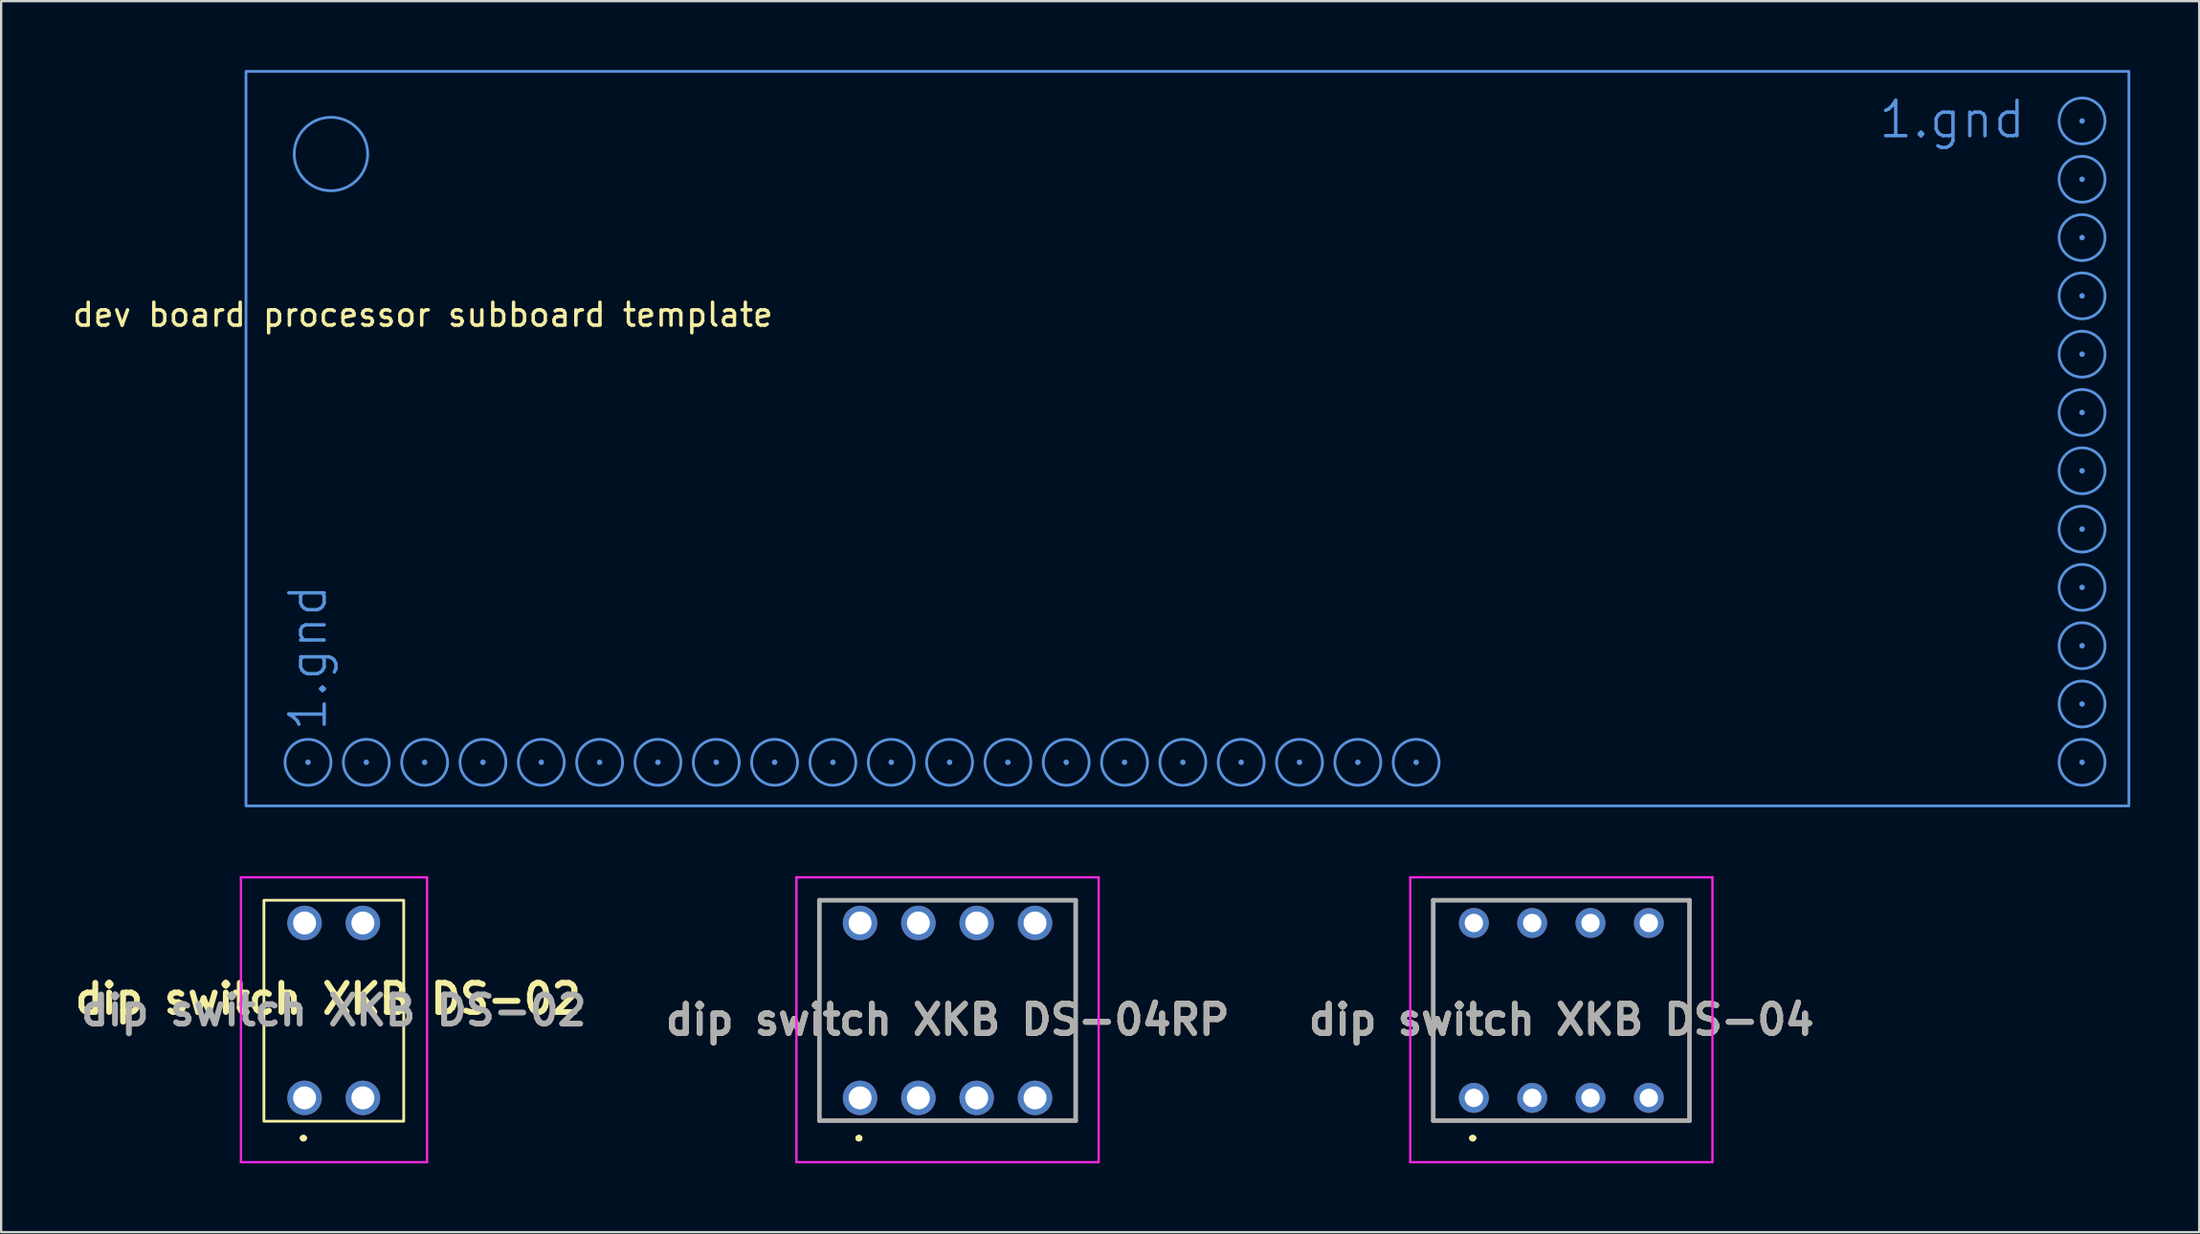
<source format=kicad_pcb>
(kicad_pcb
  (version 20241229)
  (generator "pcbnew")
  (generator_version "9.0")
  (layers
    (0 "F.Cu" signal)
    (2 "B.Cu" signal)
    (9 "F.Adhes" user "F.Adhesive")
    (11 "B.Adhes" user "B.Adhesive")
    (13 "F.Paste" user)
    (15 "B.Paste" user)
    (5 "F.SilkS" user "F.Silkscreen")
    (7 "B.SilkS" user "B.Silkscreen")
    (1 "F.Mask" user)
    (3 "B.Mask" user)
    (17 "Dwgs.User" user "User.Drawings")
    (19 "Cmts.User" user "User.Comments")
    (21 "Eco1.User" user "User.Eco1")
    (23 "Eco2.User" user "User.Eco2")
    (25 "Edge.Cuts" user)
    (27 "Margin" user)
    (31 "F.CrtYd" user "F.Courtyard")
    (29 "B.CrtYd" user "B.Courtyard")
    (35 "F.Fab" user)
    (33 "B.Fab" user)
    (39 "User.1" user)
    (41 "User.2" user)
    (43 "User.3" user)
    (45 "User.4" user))
  (footprint "dev board processor subboard template"
    (layer "F.Cu")
    (at 11.363 3.66)
    (property "Reference" "dev board processor subboard template" (at 4 7 0) (unlocked yes) (layer "F.SilkS") (effects (font (size 1 1) (thickness 0.15))))
    (attr smd)
    (fp_rect (start -3.7 -3.6) (end 78.3 28.4) (stroke (width 0.12) (type solid)) (fill no) (layer "Cmts.User"))
    (fp_circle (center -1 26.5) (end -1 26.5) (stroke (width 0.12) (type solid)) (fill no) (layer "Cmts.User"))
    (fp_circle (center -1 26.5) (end 0 26.5) (stroke (width 0.12) (type solid)) (fill no) (layer "Cmts.User"))
    (fp_circle (center 0 0) (end 1.6 0) (stroke (width 0.12) (type solid)) (fill no) (layer "Cmts.User"))
    (fp_circle (center 1.54 26.5) (end 1.54 26.5) (stroke (width 0.12) (type solid)) (fill no) (layer "Cmts.User"))
    (fp_circle (center 1.54 26.5) (end 2.54 26.5) (stroke (width 0.12) (type solid)) (fill no) (layer "Cmts.User"))
    (fp_circle (center 4.08 26.5) (end 4.08 26.5) (stroke (width 0.12) (type solid)) (fill no) (layer "Cmts.User"))
    (fp_circle (center 4.08 26.5) (end 5.08 26.5) (stroke (width 0.12) (type solid)) (fill no) (layer "Cmts.User"))
    (fp_circle (center 6.62 26.5) (end 6.62 26.5) (stroke (width 0.12) (type solid)) (fill no) (layer "Cmts.User"))
    (fp_circle (center 6.62 26.5) (end 7.62 26.5) (stroke (width 0.12) (type solid)) (fill no) (layer "Cmts.User"))
    (fp_circle (center 9.16 26.5) (end 9.16 26.5) (stroke (width 0.12) (type solid)) (fill no) (layer "Cmts.User"))
    (fp_circle (center 9.16 26.5) (end 10.16 26.5) (stroke (width 0.12) (type solid)) (fill no) (layer "Cmts.User"))
    (fp_circle (center 11.7 26.5) (end 11.7 26.5) (stroke (width 0.12) (type solid)) (fill no) (layer "Cmts.User"))
    (fp_circle (center 11.7 26.5) (end 12.7 26.5) (stroke (width 0.12) (type solid)) (fill no) (layer "Cmts.User"))
    (fp_circle (center 14.24 26.5) (end 14.24 26.5) (stroke (width 0.12) (type solid)) (fill no) (layer "Cmts.User"))
    (fp_circle (center 14.24 26.5) (end 15.24 26.5) (stroke (width 0.12) (type solid)) (fill no) (layer "Cmts.User"))
    (fp_circle (center 16.78 26.5) (end 16.78 26.5) (stroke (width 0.12) (type solid)) (fill no) (layer "Cmts.User"))
    (fp_circle (center 16.78 26.5) (end 17.78 26.5) (stroke (width 0.12) (type solid)) (fill no) (layer "Cmts.User"))
    (fp_circle (center 19.32 26.5) (end 19.32 26.5) (stroke (width 0.12) (type solid)) (fill no) (layer "Cmts.User"))
    (fp_circle (center 19.32 26.5) (end 20.32 26.5) (stroke (width 0.12) (type solid)) (fill no) (layer "Cmts.User"))
    (fp_circle (center 21.86 26.5) (end 21.86 26.5) (stroke (width 0.12) (type solid)) (fill no) (layer "Cmts.User"))
    (fp_circle (center 21.86 26.5) (end 22.86 26.5) (stroke (width 0.12) (type solid)) (fill no) (layer "Cmts.User"))
    (fp_circle (center 24.4 26.5) (end 24.4 26.5) (stroke (width 0.12) (type solid)) (fill no) (layer "Cmts.User"))
    (fp_circle (center 24.4 26.5) (end 25.4 26.5) (stroke (width 0.12) (type solid)) (fill no) (layer "Cmts.User"))
    (fp_circle (center 26.94 26.5) (end 26.94 26.5) (stroke (width 0.12) (type solid)) (fill no) (layer "Cmts.User"))
    (fp_circle (center 26.94 26.5) (end 27.94 26.5) (stroke (width 0.12) (type solid)) (fill no) (layer "Cmts.User"))
    (fp_circle (center 29.48 26.5) (end 29.48 26.5) (stroke (width 0.12) (type solid)) (fill no) (layer "Cmts.User"))
    (fp_circle (center 29.48 26.5) (end 30.48 26.5) (stroke (width 0.12) (type solid)) (fill no) (layer "Cmts.User"))
    (fp_circle (center 32.02 26.5) (end 32.02 26.5) (stroke (width 0.12) (type solid)) (fill no) (layer "Cmts.User"))
    (fp_circle (center 32.02 26.5) (end 33.02 26.5) (stroke (width 0.12) (type solid)) (fill no) (layer "Cmts.User"))
    (fp_circle (center 34.56 26.5) (end 34.56 26.5) (stroke (width 0.12) (type solid)) (fill no) (layer "Cmts.User"))
    (fp_circle (center 34.56 26.5) (end 35.56 26.5) (stroke (width 0.12) (type solid)) (fill no) (layer "Cmts.User"))
    (fp_circle (center 37.1 26.5) (end 37.1 26.5) (stroke (width 0.12) (type solid)) (fill no) (layer "Cmts.User"))
    (fp_circle (center 37.1 26.5) (end 38.1 26.5) (stroke (width 0.12) (type solid)) (fill no) (layer "Cmts.User"))
    (fp_circle (center 39.64 26.5) (end 39.64 26.5) (stroke (width 0.12) (type solid)) (fill no) (layer "Cmts.User"))
    (fp_circle (center 39.64 26.5) (end 40.64 26.5) (stroke (width 0.12) (type solid)) (fill no) (layer "Cmts.User"))
    (fp_circle (center 42.18 26.5) (end 42.18 26.5) (stroke (width 0.12) (type solid)) (fill no) (layer "Cmts.User"))
    (fp_circle (center 42.18 26.5) (end 43.18 26.5) (stroke (width 0.12) (type solid)) (fill no) (layer "Cmts.User"))
    (fp_circle (center 44.72 26.5) (end 44.72 26.5) (stroke (width 0.12) (type solid)) (fill no) (layer "Cmts.User"))
    (fp_circle (center 44.72 26.5) (end 45.72 26.5) (stroke (width 0.12) (type solid)) (fill no) (layer "Cmts.User"))
    (fp_circle (center 47.26 26.5) (end 47.26 26.5) (stroke (width 0.12) (type solid)) (fill no) (layer "Cmts.User"))
    (fp_circle (center 47.26 26.5) (end 48.26 26.5) (stroke (width 0.12) (type solid)) (fill no) (layer "Cmts.User"))
    (fp_circle (center 76.26 -1.44) (end 76.26 -1.44) (stroke (width 0.12) (type solid)) (fill no) (layer "Cmts.User"))
    (fp_circle (center 76.26 -1.44) (end 77.26 -1.44) (stroke (width 0.12) (type solid)) (fill no) (layer "Cmts.User"))
    (fp_circle (center 76.26 1.1) (end 76.26 1.1) (stroke (width 0.12) (type solid)) (fill no) (layer "Cmts.User"))
    (fp_circle (center 76.26 1.1) (end 77.26 1.1) (stroke (width 0.12) (type solid)) (fill no) (layer "Cmts.User"))
    (fp_circle (center 76.26 3.64) (end 76.26 3.64) (stroke (width 0.12) (type solid)) (fill no) (layer "Cmts.User"))
    (fp_circle (center 76.26 3.64) (end 77.26 3.64) (stroke (width 0.12) (type solid)) (fill no) (layer "Cmts.User"))
    (fp_circle (center 76.26 6.18) (end 76.26 6.18) (stroke (width 0.12) (type solid)) (fill no) (layer "Cmts.User"))
    (fp_circle (center 76.26 6.18) (end 77.26 6.18) (stroke (width 0.12) (type solid)) (fill no) (layer "Cmts.User"))
    (fp_circle (center 76.26 8.72) (end 76.26 8.72) (stroke (width 0.12) (type solid)) (fill no) (layer "Cmts.User"))
    (fp_circle (center 76.26 8.72) (end 77.26 8.72) (stroke (width 0.12) (type solid)) (fill no) (layer "Cmts.User"))
    (fp_circle (center 76.26 11.26) (end 76.26 11.26) (stroke (width 0.12) (type solid)) (fill no) (layer "Cmts.User"))
    (fp_circle (center 76.26 11.26) (end 77.26 11.26) (stroke (width 0.12) (type solid)) (fill no) (layer "Cmts.User"))
    (fp_circle (center 76.26 13.8) (end 76.26 13.8) (stroke (width 0.12) (type solid)) (fill no) (layer "Cmts.User"))
    (fp_circle (center 76.26 13.8) (end 77.26 13.8) (stroke (width 0.12) (type solid)) (fill no) (layer "Cmts.User"))
    (fp_circle (center 76.26 16.34) (end 76.26 16.34) (stroke (width 0.12) (type solid)) (fill no) (layer "Cmts.User"))
    (fp_circle (center 76.26 16.34) (end 77.26 16.34) (stroke (width 0.12) (type solid)) (fill no) (layer "Cmts.User"))
    (fp_circle (center 76.26 18.88) (end 76.26 18.88) (stroke (width 0.12) (type solid)) (fill no) (layer "Cmts.User"))
    (fp_circle (center 76.26 18.88) (end 77.26 18.88) (stroke (width 0.12) (type solid)) (fill no) (layer "Cmts.User"))
    (fp_circle (center 76.26 21.42) (end 76.26 21.42) (stroke (width 0.12) (type solid)) (fill no) (layer "Cmts.User"))
    (fp_circle (center 76.26 21.42) (end 77.26 21.42) (stroke (width 0.12) (type solid)) (fill no) (layer "Cmts.User"))
    (fp_circle (center 76.26 23.96) (end 76.26 23.96) (stroke (width 0.12) (type solid)) (fill no) (layer "Cmts.User"))
    (fp_circle (center 76.26 23.96) (end 77.26 23.96) (stroke (width 0.12) (type solid)) (fill no) (layer "Cmts.User"))
    (fp_circle (center 76.26 26.5) (end 76.26 26.5) (stroke (width 0.12) (type solid)) (fill no) (layer "Cmts.User"))
    (fp_circle (center 76.26 26.5) (end 77.26 26.5) (stroke (width 0.12) (type solid)) (fill no) (layer "Cmts.User"))
    (fp_text user "1.gnd" (at -1 25.23 90) (unlocked yes) (layer "Cmts.User") (effects (font (size 1.54 1.54) (thickness 0.15)) (justify left)))
    (fp_text user "1.gnd" (at 73.89 -1.505 0) (unlocked yes) (layer "Cmts.User") (effects (font (size 1.54 1.54) (thickness 0.15)) (justify right))))
  (footprint "dip switch XKB DS-02"
    (layer "F.Cu")
    (at 10.214 44.78)
    (property "Reference" "dip switch XKB DS-02" (at 1.016 -4.318 0) (layer "F.SilkS") (effects (font (size 1.27 1.27) (thickness 0.254))))
    (attr through_hole)
    (fp_line (start -0.1 1.75) (end -0.1 1.75) (stroke (width 0.2) (type solid)) (layer "F.SilkS"))
    (fp_line (start -0.1 1.75) (end -0.1 1.75) (stroke (width 0.2) (type solid)) (layer "F.SilkS"))
    (fp_line (start 0 1.75) (end 0 1.75) (stroke (width 0.2) (type solid)) (layer "F.SilkS"))
    (fp_rect (start -1.77 -8.61) (end 4.318 1.016) (stroke (width 0.12) (type solid)) (fill no) (layer "F.SilkS"))
    (fp_arc (start -0.1 1.75) (mid -0.05 1.7) (end 0 1.75) (stroke (width 0.2) (type solid)) (layer "F.SilkS"))
    (fp_arc (start 0 1.75) (mid -0.05 1.8) (end -0.1 1.75) (stroke (width 0.2) (type solid)) (layer "F.SilkS"))
    (fp_arc (start 0 1.75) (mid -0.05 1.8) (end -0.1 1.75) (stroke (width 0.2) (type solid)) (layer "F.SilkS"))
    (fp_line (start -2.77 -9.61) (end 5.334 -9.61) (stroke (width 0.1) (type solid)) (layer "F.CrtYd"))
    (fp_line (start -2.77 2.8) (end -2.77 -9.61) (stroke (width 0.1) (type solid)) (layer "F.CrtYd"))
    (fp_line (start 5.334 -9.61) (end 5.334 2.8) (stroke (width 0.1) (type solid)) (layer "F.CrtYd"))
    (fp_line (start 5.334 2.8) (end -2.77 2.8) (stroke (width 0.1) (type solid)) (layer "F.CrtYd"))
    (fp_text user "${REFERENCE}" (at 1.27 -3.81 0) (layer "F.Fab") (effects (font (size 1.27 1.27) (thickness 0.254))))
    (pad "1" thru_hole circle (at 0 0) (size 1.5 1.5) (drill 1) (layers "*.Cu" "*.Mask"))
    (pad "2" thru_hole circle (at 2.54 0) (size 1.5 1.5) (drill 1) (layers "*.Cu" "*.Mask"))
    (pad "3" thru_hole circle (at 2.54 -7.62) (size 1.5 1.5) (drill 1) (layers "*.Cu" "*.Mask"))
    (pad "4" thru_hole circle (at 0 -7.62) (size 1.5 1.5) (drill 1) (layers "*.Cu" "*.Mask")))
  (footprint "dip switch XKB DS-04"
    (layer "F.Cu")
    (at 61.136 44.78)
    (property "Reference" "dip switch XKB DS-04" (at 3.81 -3.405 0) (layer "F.SilkS") (effects (font (size 1.27 1.27) (thickness 0.254))))
    (attr through_hole)
    (fp_line (start -1.77 -8.61) (end 9.39 -8.61) (stroke (width 0.1) (type solid)) (layer "F.SilkS"))
    (fp_line (start -1.77 0.99) (end -1.77 -8.61) (stroke (width 0.1) (type solid)) (layer "F.SilkS"))
    (fp_line (start -0.1 1.75) (end -0.1 1.75) (stroke (width 0.2) (type solid)) (layer "F.SilkS"))
    (fp_line (start -0.1 1.75) (end -0.1 1.75) (stroke (width 0.2) (type solid)) (layer "F.SilkS"))
    (fp_line (start 0 1.75) (end 0 1.75) (stroke (width 0.2) (type solid)) (layer "F.SilkS"))
    (fp_line (start 9.39 -8.61) (end 9.39 0.99) (stroke (width 0.1) (type solid)) (layer "F.SilkS"))
    (fp_line (start 9.39 0.99) (end -1.77 0.99) (stroke (width 0.1) (type solid)) (layer "F.SilkS"))
    (fp_arc (start -0.1 1.75) (mid -0.05 1.7) (end 0 1.75) (stroke (width 0.2) (type solid)) (layer "F.SilkS"))
    (fp_arc (start 0 1.75) (mid -0.05 1.8) (end -0.1 1.75) (stroke (width 0.2) (type solid)) (layer "F.SilkS"))
    (fp_arc (start 0 1.75) (mid -0.05 1.8) (end -0.1 1.75) (stroke (width 0.2) (type solid)) (layer "F.SilkS"))
    (fp_line (start -2.77 -9.61) (end 10.39 -9.61) (stroke (width 0.1) (type solid)) (layer "F.CrtYd"))
    (fp_line (start -2.77 2.8) (end -2.77 -9.61) (stroke (width 0.1) (type solid)) (layer "F.CrtYd"))
    (fp_line (start 10.39 -9.61) (end 10.39 2.8) (stroke (width 0.1) (type solid)) (layer "F.CrtYd"))
    (fp_line (start 10.39 2.8) (end -2.77 2.8) (stroke (width 0.1) (type solid)) (layer "F.CrtYd"))
    (fp_line (start -1.77 -8.61) (end -1.77 0.99) (stroke (width 0.2) (type solid)) (layer "F.Fab"))
    (fp_line (start -1.77 0.99) (end 9.39 0.99) (stroke (width 0.2) (type solid)) (layer "F.Fab"))
    (fp_line (start 9.39 -8.61) (end -1.77 -8.61) (stroke (width 0.2) (type solid)) (layer "F.Fab"))
    (fp_line (start 9.39 0.99) (end 9.39 -8.61) (stroke (width 0.2) (type solid)) (layer "F.Fab"))
    (fp_text user "${REFERENCE}" (at 3.81 -3.405 0) (layer "F.Fab") (effects (font (size 1.27 1.27) (thickness 0.254))))
    (pad "1" thru_hole circle (at 0 0) (size 1.3 1.3) (drill 0.8) (layers "*.Cu" "*.Mask"))
    (pad "2" thru_hole circle (at 2.54 0) (size 1.3 1.3) (drill 0.8) (layers "*.Cu" "*.Mask"))
    (pad "3" thru_hole circle (at 5.08 0) (size 1.3 1.3) (drill 0.8) (layers "*.Cu" "*.Mask"))
    (pad "4" thru_hole circle (at 7.62 0) (size 1.3 1.3) (drill 0.8) (layers "*.Cu" "*.Mask"))
    (pad "5" thru_hole circle (at 7.62 -7.62) (size 1.3 1.3) (drill 0.8) (layers "*.Cu" "*.Mask"))
    (pad "6" thru_hole circle (at 5.08 -7.62) (size 1.3 1.3) (drill 0.8) (layers "*.Cu" "*.Mask"))
    (pad "7" thru_hole circle (at 2.54 -7.62) (size 1.3 1.3) (drill 0.8) (layers "*.Cu" "*.Mask"))
    (pad "8" thru_hole circle (at 0 -7.62) (size 1.3 1.3) (drill 0.8) (layers "*.Cu" "*.Mask")))
  (footprint "dip switch XKB DS-04RP"
    (layer "F.Cu")
    (at 34.405 44.78)
    (property "Reference" "dip switch XKB DS-04RP" (at 3.81 -3.405 0) (layer "F.SilkS") (effects (font (size 1.27 1.27) (thickness 0.254))))
    (attr through_hole)
    (fp_line (start -1.77 -8.61) (end 9.39 -8.61) (stroke (width 0.1) (type solid)) (layer "F.SilkS"))
    (fp_line (start -1.77 0.99) (end -1.77 -8.61) (stroke (width 0.1) (type solid)) (layer "F.SilkS"))
    (fp_line (start -0.1 1.75) (end -0.1 1.75) (stroke (width 0.2) (type solid)) (layer "F.SilkS"))
    (fp_line (start -0.1 1.75) (end -0.1 1.75) (stroke (width 0.2) (type solid)) (layer "F.SilkS"))
    (fp_line (start 0 1.75) (end 0 1.75) (stroke (width 0.2) (type solid)) (layer "F.SilkS"))
    (fp_line (start 9.39 -8.61) (end 9.39 0.99) (stroke (width 0.1) (type solid)) (layer "F.SilkS"))
    (fp_line (start 9.39 0.99) (end -1.77 0.99) (stroke (width 0.1) (type solid)) (layer "F.SilkS"))
    (fp_arc (start -0.1 1.75) (mid -0.05 1.7) (end 0 1.75) (stroke (width 0.2) (type solid)) (layer "F.SilkS"))
    (fp_arc (start 0 1.75) (mid -0.05 1.8) (end -0.1 1.75) (stroke (width 0.2) (type solid)) (layer "F.SilkS"))
    (fp_arc (start 0 1.75) (mid -0.05 1.8) (end -0.1 1.75) (stroke (width 0.2) (type solid)) (layer "F.SilkS"))
    (fp_line (start -2.77 -9.61) (end 10.39 -9.61) (stroke (width 0.1) (type solid)) (layer "F.CrtYd"))
    (fp_line (start -2.77 2.8) (end -2.77 -9.61) (stroke (width 0.1) (type solid)) (layer "F.CrtYd"))
    (fp_line (start 10.39 -9.61) (end 10.39 2.8) (stroke (width 0.1) (type solid)) (layer "F.CrtYd"))
    (fp_line (start 10.39 2.8) (end -2.77 2.8) (stroke (width 0.1) (type solid)) (layer "F.CrtYd"))
    (fp_line (start -1.77 -8.61) (end -1.77 0.99) (stroke (width 0.2) (type solid)) (layer "F.Fab"))
    (fp_line (start -1.77 0.99) (end 9.39 0.99) (stroke (width 0.2) (type solid)) (layer "F.Fab"))
    (fp_line (start 9.39 -8.61) (end -1.77 -8.61) (stroke (width 0.2) (type solid)) (layer "F.Fab"))
    (fp_line (start 9.39 0.99) (end 9.39 -8.61) (stroke (width 0.2) (type solid)) (layer "F.Fab"))
    (fp_text user "${REFERENCE}" (at 3.81 -3.405 0) (layer "F.Fab") (effects (font (size 1.27 1.27) (thickness 0.254))))
    (pad "1" thru_hole circle (at 0 0) (size 1.5 1.5) (drill 1) (layers "*.Cu" "*.Mask"))
    (pad "2" thru_hole circle (at 2.54 0) (size 1.5 1.5) (drill 1) (layers "*.Cu" "*.Mask"))
    (pad "3" thru_hole circle (at 5.08 0) (size 1.5 1.5) (drill 1) (layers "*.Cu" "*.Mask"))
    (pad "4" thru_hole circle (at 7.62 0) (size 1.5 1.5) (drill 1) (layers "*.Cu" "*.Mask"))
    (pad "5" thru_hole circle (at 7.62 -7.62) (size 1.5 1.5) (drill 1) (layers "*.Cu" "*.Mask"))
    (pad "6" thru_hole circle (at 5.08 -7.62) (size 1.5 1.5) (drill 1) (layers "*.Cu" "*.Mask"))
    (pad "7" thru_hole circle (at 2.54 -7.62) (size 1.5 1.5) (drill 1) (layers "*.Cu" "*.Mask"))
    (pad "8" thru_hole circle (at 0 -7.62) (size 1.5 1.5) (drill 1) (layers "*.Cu" "*.Mask")))
  (gr_rect
    (start -3 -3)
    (end 92.723 50.63)
    (stroke (width 0.1) (type default))
    (fill no)
    (layer "Edge.Cuts")))
</source>
